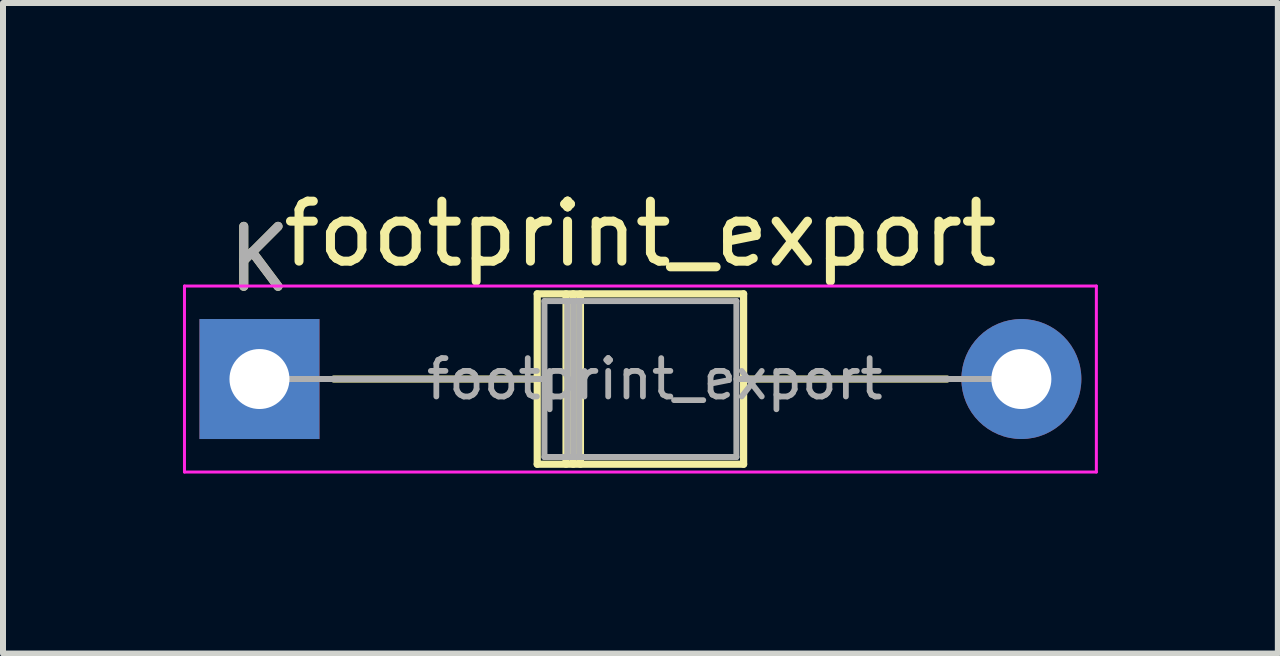
<source format=kicad_pcb>
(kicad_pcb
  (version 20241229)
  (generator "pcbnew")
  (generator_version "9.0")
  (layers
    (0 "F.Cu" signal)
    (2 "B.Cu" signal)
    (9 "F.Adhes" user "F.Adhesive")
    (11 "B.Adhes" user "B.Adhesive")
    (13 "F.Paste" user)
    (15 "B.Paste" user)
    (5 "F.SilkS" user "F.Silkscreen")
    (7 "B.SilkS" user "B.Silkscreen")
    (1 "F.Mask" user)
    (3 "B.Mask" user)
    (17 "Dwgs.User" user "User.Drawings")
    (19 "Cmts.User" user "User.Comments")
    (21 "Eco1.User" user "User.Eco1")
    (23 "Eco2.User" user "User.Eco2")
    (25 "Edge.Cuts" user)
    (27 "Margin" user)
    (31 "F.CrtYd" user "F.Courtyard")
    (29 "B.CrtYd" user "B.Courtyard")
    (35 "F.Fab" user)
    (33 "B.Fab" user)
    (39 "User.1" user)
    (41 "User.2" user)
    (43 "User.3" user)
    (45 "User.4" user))
  (footprint "footprint_export"
    (layer "F.Cu")
    (at 1.275 3.268)
    (property "Reference" "footprint_export" (at 6.35 -2.42 0) (layer "F.SilkS") (effects (font (size 1 1) (thickness 0.15))))
    (attr through_hole)
    (fp_line (start 1.24 0) (end 4.63 0) (stroke (width 0.12) (type solid)) (layer "F.SilkS"))
    (fp_line (start 4.63 -1.42) (end 4.63 1.42) (stroke (width 0.12) (type solid)) (layer "F.SilkS"))
    (fp_line (start 4.63 1.42) (end 8.07 1.42) (stroke (width 0.12) (type solid)) (layer "F.SilkS"))
    (fp_line (start 5.11 -1.42) (end 5.11 1.42) (stroke (width 0.12) (type solid)) (layer "F.SilkS"))
    (fp_line (start 5.23 -1.42) (end 5.23 1.42) (stroke (width 0.12) (type solid)) (layer "F.SilkS"))
    (fp_line (start 5.35 -1.42) (end 5.35 1.42) (stroke (width 0.12) (type solid)) (layer "F.SilkS"))
    (fp_line (start 8.07 -1.42) (end 4.63 -1.42) (stroke (width 0.12) (type solid)) (layer "F.SilkS"))
    (fp_line (start 8.07 1.42) (end 8.07 -1.42) (stroke (width 0.12) (type solid)) (layer "F.SilkS"))
    (fp_line (start 11.46 0) (end 8.07 0) (stroke (width 0.12) (type solid)) (layer "F.SilkS"))
    (fp_line (start -1.25 -1.55) (end -1.25 1.55) (stroke (width 0.05) (type solid)) (layer "F.CrtYd"))
    (fp_line (start -1.25 1.55) (end 13.95 1.55) (stroke (width 0.05) (type solid)) (layer "F.CrtYd"))
    (fp_line (start 13.95 -1.55) (end -1.25 -1.55) (stroke (width 0.05) (type solid)) (layer "F.CrtYd"))
    (fp_line (start 13.95 1.55) (end 13.95 -1.55) (stroke (width 0.05) (type solid)) (layer "F.CrtYd"))
    (fp_line (start 0 0) (end 4.75 0) (stroke (width 0.1) (type solid)) (layer "F.Fab"))
    (fp_line (start 4.75 -1.3) (end 4.75 1.3) (stroke (width 0.1) (type solid)) (layer "F.Fab"))
    (fp_line (start 4.75 1.3) (end 7.95 1.3) (stroke (width 0.1) (type solid)) (layer "F.Fab"))
    (fp_line (start 5.13 -1.3) (end 5.13 1.3) (stroke (width 0.1) (type solid)) (layer "F.Fab"))
    (fp_line (start 5.23 -1.3) (end 5.23 1.3) (stroke (width 0.1) (type solid)) (layer "F.Fab"))
    (fp_line (start 5.33 -1.3) (end 5.33 1.3) (stroke (width 0.1) (type solid)) (layer "F.Fab"))
    (fp_line (start 7.95 -1.3) (end 4.75 -1.3) (stroke (width 0.1) (type solid)) (layer "F.Fab"))
    (fp_line (start 7.95 1.3) (end 7.95 -1.3) (stroke (width 0.1) (type solid)) (layer "F.Fab"))
    (fp_line (start 12.7 0) (end 7.95 0) (stroke (width 0.1) (type solid)) (layer "F.Fab"))
    (fp_text user "K" (at 0 -2 0) (layer "F.SilkS") (effects (font (size 1 1) (thickness 0.15))))
    (fp_text user "K" (at 0 -2 0) (layer "F.Fab") (effects (font (size 1 1) (thickness 0.15))))
    (fp_text user "${REFERENCE}" (at 6.59 0 0) (layer "F.Fab") (effects (font (size 0.64 0.64) (thickness 0.096))))
    (pad "1" thru_hole rect (at 0 0) (size 2 2) (drill 1) (layers "*.Cu" "*.Mask"))
    (pad "2" thru_hole oval (at 12.7 0) (size 2 2) (drill 1) (layers "*.Cu" "*.Mask")))
  (gr_rect
    (start -3 -3)
    (end 18.25 7.843)
    (stroke (width 0.1) (type default))
    (fill no)
    (layer "Edge.Cuts")))
</source>
